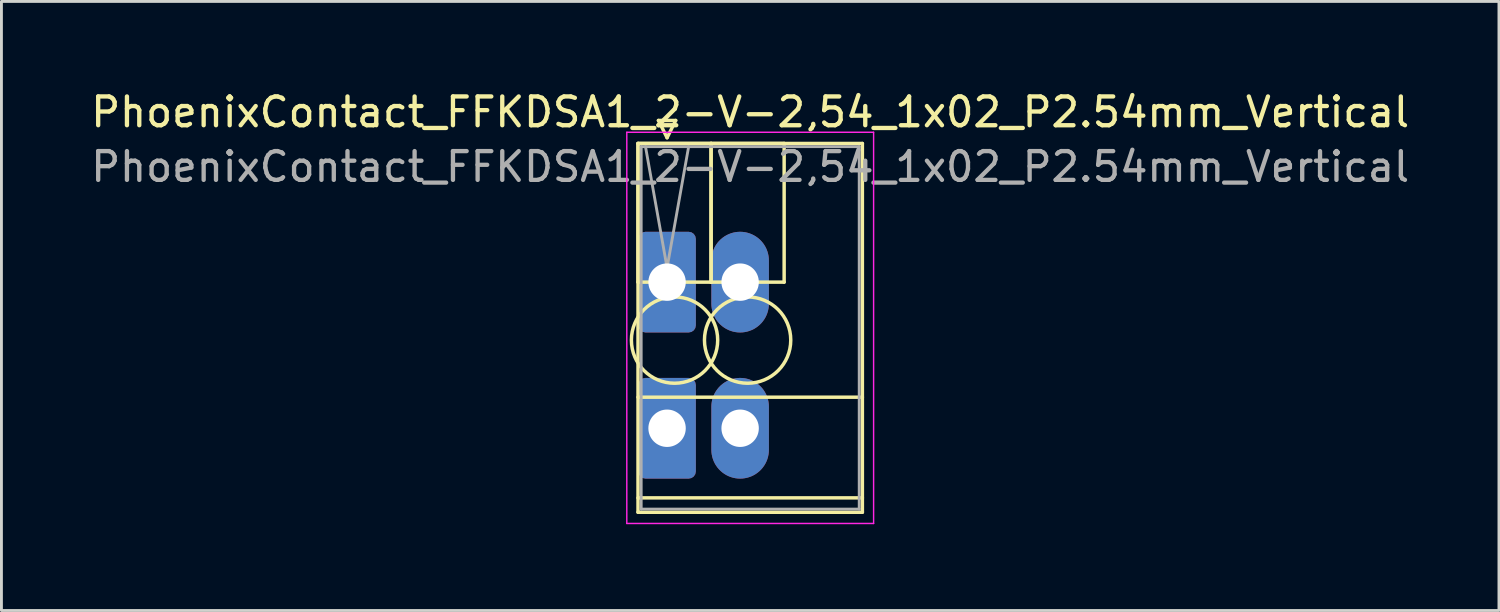
<source format=kicad_pcb>
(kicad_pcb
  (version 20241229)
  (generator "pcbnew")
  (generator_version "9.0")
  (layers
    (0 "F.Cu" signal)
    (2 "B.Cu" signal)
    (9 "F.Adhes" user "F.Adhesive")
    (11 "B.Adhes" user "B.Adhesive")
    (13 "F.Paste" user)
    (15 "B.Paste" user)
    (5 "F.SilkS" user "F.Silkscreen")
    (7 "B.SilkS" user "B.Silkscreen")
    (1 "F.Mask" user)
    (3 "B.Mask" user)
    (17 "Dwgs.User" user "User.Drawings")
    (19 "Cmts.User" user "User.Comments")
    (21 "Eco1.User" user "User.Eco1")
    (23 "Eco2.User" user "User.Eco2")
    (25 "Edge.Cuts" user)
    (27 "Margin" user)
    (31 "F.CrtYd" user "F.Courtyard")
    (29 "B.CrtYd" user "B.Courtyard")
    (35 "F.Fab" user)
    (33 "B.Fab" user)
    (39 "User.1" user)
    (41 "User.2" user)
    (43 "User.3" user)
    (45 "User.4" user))
  (footprint "PhoenixContact_FFKDSA1_2-V-2,54_1x02_P2.54mm_Vertical"
    (layer "F.Cu")
    (at 20.14 6.758)
    (property "Reference" "PhoenixContact_FFKDSA1_2-V-2,54_1x02_P2.54mm_Vertical" (at 2.89 -5.91 0) (layer "F.SilkS") (effects (font (size 1 1) (thickness 0.15))))
    (attr through_hole)
    (fp_line (start -1.01 -4.82) (end -1.01 0) (stroke (width 0.12) (type solid)) (layer "F.SilkS"))
    (fp_line (start -1.01 -4.82) (end -1.01 8) (stroke (width 0.12) (type solid)) (layer "F.SilkS"))
    (fp_line (start -1.01 0) (end 1.53 0) (stroke (width 0.12) (type solid)) (layer "F.SilkS"))
    (fp_line (start -1.01 4) (end 6.79 4) (stroke (width 0.12) (type solid)) (layer "F.SilkS"))
    (fp_line (start -1.01 7.5) (end 6.79 7.5) (stroke (width 0.12) (type solid)) (layer "F.SilkS"))
    (fp_line (start -1.01 8) (end 6.79 8) (stroke (width 0.12) (type solid)) (layer "F.SilkS"))
    (fp_line (start -0.3 -5.62) (end 0.3 -5.62) (stroke (width 0.12) (type solid)) (layer "F.SilkS"))
    (fp_line (start 0 -5.02) (end -0.3 -5.62) (stroke (width 0.12) (type solid)) (layer "F.SilkS"))
    (fp_line (start 0.3 -5.62) (end 0 -5.02) (stroke (width 0.12) (type solid)) (layer "F.SilkS"))
    (fp_line (start 1.53 -4.82) (end -1.01 -4.82) (stroke (width 0.12) (type solid)) (layer "F.SilkS"))
    (fp_line (start 1.53 -4.82) (end 1.53 0) (stroke (width 0.12) (type solid)) (layer "F.SilkS"))
    (fp_line (start 1.53 0) (end 1.53 -4.82) (stroke (width 0.12) (type solid)) (layer "F.SilkS"))
    (fp_line (start 1.53 0) (end 4.07 0) (stroke (width 0.12) (type solid)) (layer "F.SilkS"))
    (fp_line (start 4.07 -4.82) (end 1.53 -4.82) (stroke (width 0.12) (type solid)) (layer "F.SilkS"))
    (fp_line (start 4.07 0) (end 4.07 -4.82) (stroke (width 0.12) (type solid)) (layer "F.SilkS"))
    (fp_line (start 6.79 -4.82) (end -1.01 -4.82) (stroke (width 0.12) (type solid)) (layer "F.SilkS"))
    (fp_line (start 6.79 8) (end 6.79 -4.82) (stroke (width 0.12) (type solid)) (layer "F.SilkS"))
    (fp_circle (center 0.26 2.015) (end 1.76 2.015) (stroke (width 0.12) (type solid)) (fill no) (layer "F.SilkS"))
    (fp_circle (center 2.8 2.015) (end 4.3 2.015) (stroke (width 0.12) (type solid)) (fill no) (layer "F.SilkS"))
    (fp_line (start -1.4 -5.21) (end -1.4 8.39) (stroke (width 0.05) (type solid)) (layer "F.CrtYd"))
    (fp_line (start -1.4 8.39) (end 7.18 8.39) (stroke (width 0.05) (type solid)) (layer "F.CrtYd"))
    (fp_line (start 7.18 -5.21) (end -1.4 -5.21) (stroke (width 0.05) (type solid)) (layer "F.CrtYd"))
    (fp_line (start 7.18 8.39) (end 7.18 -5.21) (stroke (width 0.05) (type solid)) (layer "F.CrtYd"))
    (fp_line (start -0.9 -4.71) (end -0.9 7.89) (stroke (width 0.1) (type solid)) (layer "F.Fab"))
    (fp_line (start -0.9 7.89) (end 6.68 7.89) (stroke (width 0.1) (type solid)) (layer "F.Fab"))
    (fp_line (start 0 -0.5) (end -0.75 -4.71) (stroke (width 0.1) (type solid)) (layer "F.Fab"))
    (fp_line (start 0.75 -4.71) (end 0 -0.5) (stroke (width 0.1) (type solid)) (layer "F.Fab"))
    (fp_line (start 6.68 -4.71) (end -0.9 -4.71) (stroke (width 0.1) (type solid)) (layer "F.Fab"))
    (fp_line (start 6.68 7.89) (end 6.68 -4.71) (stroke (width 0.1) (type solid)) (layer "F.Fab"))
    (fp_text user "${REFERENCE}" (at 2.89 -4.01 0) (layer "F.Fab") (effects (font (size 1 1) (thickness 0.15))))
    (pad "1" thru_hole roundrect (at 0 0) (size 2 3.5) (drill 1.3) (layers "*.Cu" "*.Mask") (roundrect_rratio 0.125))
    (pad "1" thru_hole roundrect (at 0 5.08) (size 2 3.5) (drill 1.3) (layers "*.Cu" "*.Mask") (roundrect_rratio 0.125))
    (pad "2" thru_hole oval (at 2.54 0) (size 2 3.5) (drill 1.3) (layers "*.Cu" "*.Mask"))
    (pad "2" thru_hole oval (at 2.54 5.08) (size 2 3.5) (drill 1.3) (layers "*.Cu" "*.Mask")))
  (gr_rect
    (start -3 -3)
    (end 49.06 18.173)
    (stroke (width 0.1) (type default))
    (fill no)
    (layer "Edge.Cuts")))
</source>
